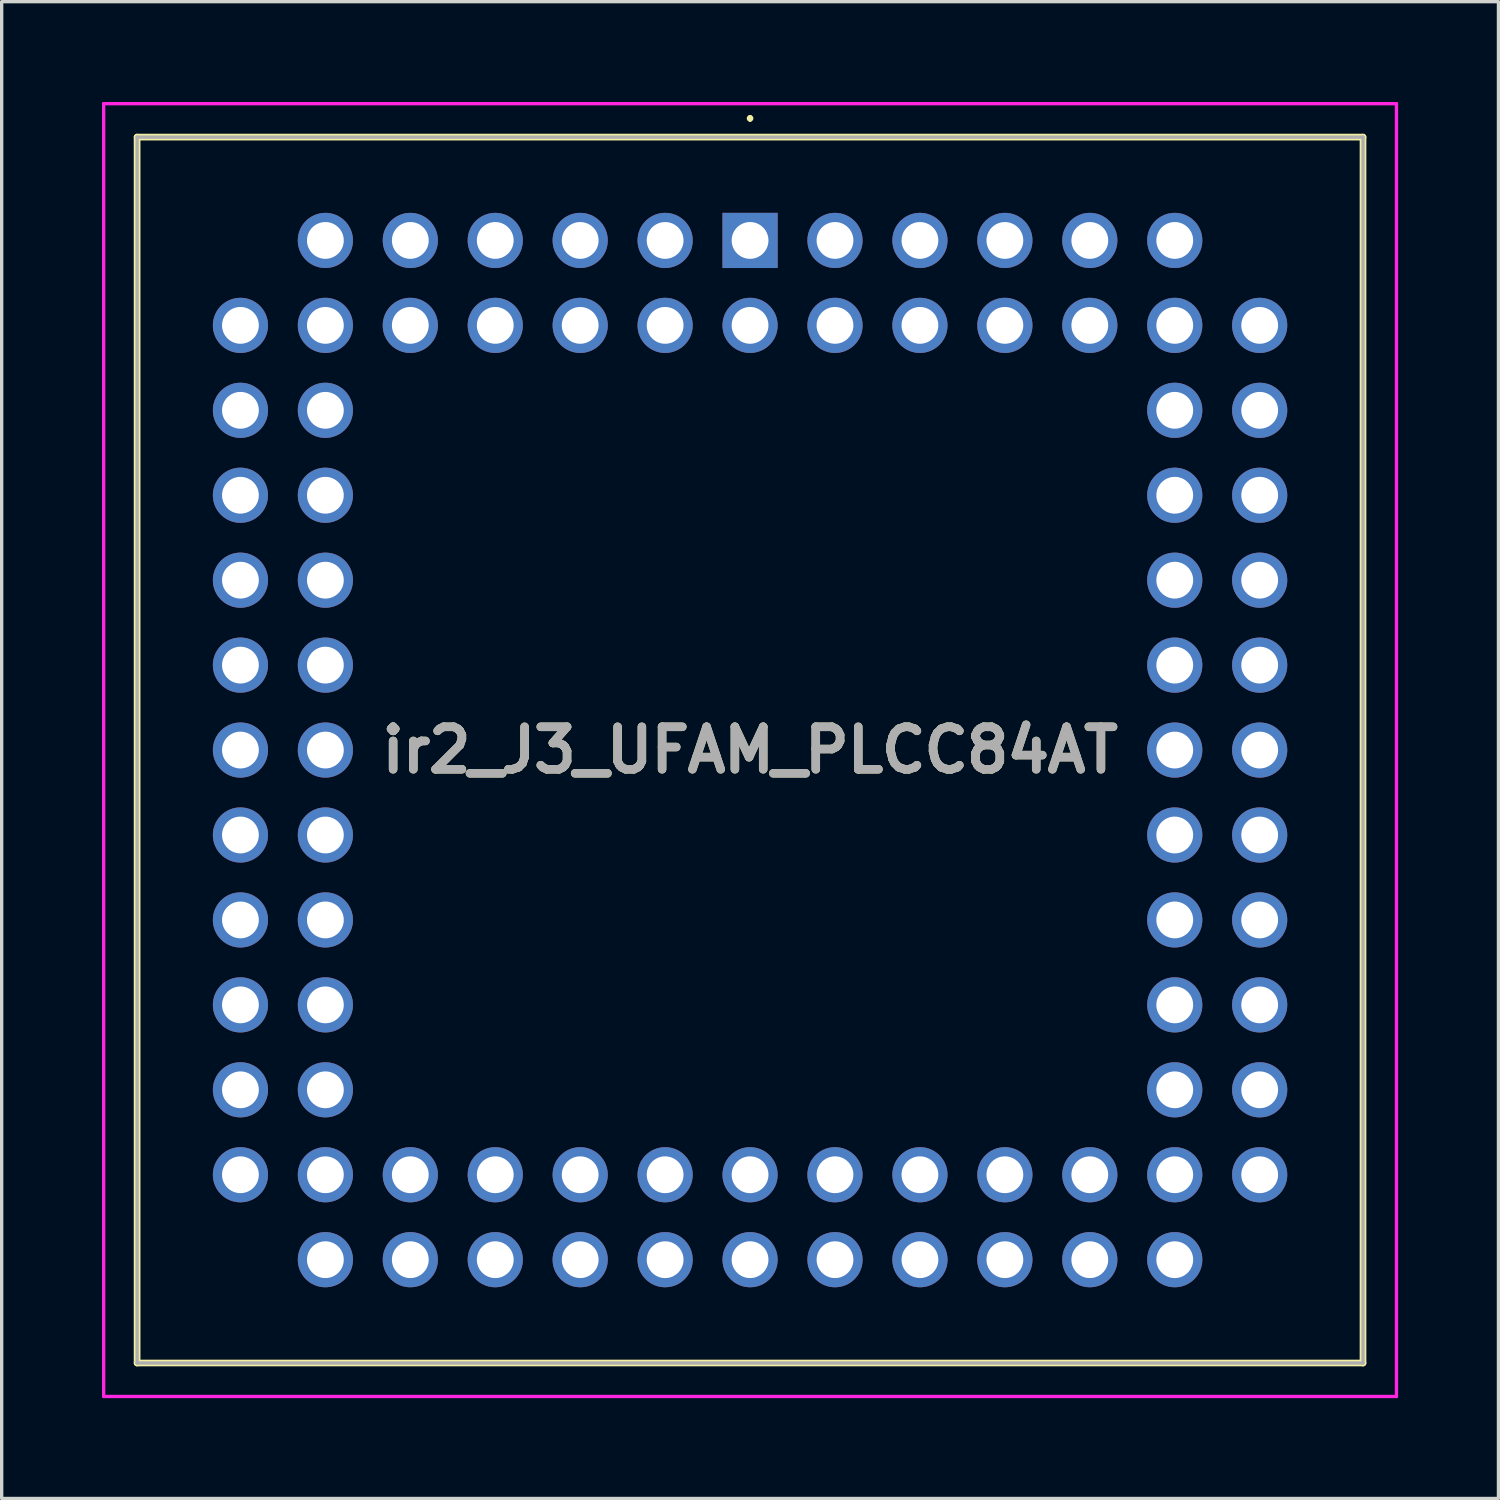
<source format=kicad_pcb>
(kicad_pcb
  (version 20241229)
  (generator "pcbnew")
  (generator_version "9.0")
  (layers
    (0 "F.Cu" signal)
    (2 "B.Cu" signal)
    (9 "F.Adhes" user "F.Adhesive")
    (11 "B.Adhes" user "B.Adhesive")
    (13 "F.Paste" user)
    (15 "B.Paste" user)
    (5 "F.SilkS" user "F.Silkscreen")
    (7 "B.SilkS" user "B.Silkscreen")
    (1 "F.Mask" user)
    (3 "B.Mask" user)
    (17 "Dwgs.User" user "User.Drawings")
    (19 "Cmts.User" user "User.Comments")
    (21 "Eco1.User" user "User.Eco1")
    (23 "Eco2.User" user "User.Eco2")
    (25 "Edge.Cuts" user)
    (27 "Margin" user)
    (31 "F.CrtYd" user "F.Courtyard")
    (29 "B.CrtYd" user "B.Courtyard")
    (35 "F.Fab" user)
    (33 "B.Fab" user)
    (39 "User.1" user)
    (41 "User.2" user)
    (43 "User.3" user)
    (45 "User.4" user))
  (footprint "ir2_J3_UFAM_PLCC84AT"
    (layer "F.Cu")
    (at 19.38 4.14)
    (property "Reference" "ir2_J3_UFAM_PLCC84AT" (at 0 15.24 0) (layer "F.SilkS") (effects (font (size 1.27 1.27) (thickness 0.254))))
    (attr through_hole)
    (fp_line (start -18.33 -3.09) (end 18.33 -3.09) (stroke (width 0.2) (type solid)) (layer "F.SilkS"))
    (fp_line (start -18.33 33.57) (end -18.33 -3.09) (stroke (width 0.2) (type solid)) (layer "F.SilkS"))
    (fp_line (start 0 -3.7) (end 0 -3.7) (stroke (width 0.1) (type solid)) (layer "F.SilkS"))
    (fp_line (start 0 -3.6) (end 0 -3.6) (stroke (width 0.1) (type solid)) (layer "F.SilkS"))
    (fp_line (start 18.33 -3.09) (end 18.33 33.57) (stroke (width 0.2) (type solid)) (layer "F.SilkS"))
    (fp_line (start 18.33 33.57) (end -18.33 33.57) (stroke (width 0.2) (type solid)) (layer "F.SilkS"))
    (fp_arc (start 0 -3.7) (mid 0.05 -3.65) (end 0 -3.6) (stroke (width 0.1) (type solid)) (layer "F.SilkS"))
    (fp_arc (start 0 -3.6) (mid -0.05 -3.65) (end 0 -3.7) (stroke (width 0.1) (type solid)) (layer "F.SilkS"))
    (fp_line (start -19.33 -4.09) (end 19.33 -4.09) (stroke (width 0.1) (type solid)) (layer "F.CrtYd"))
    (fp_line (start -19.33 34.57) (end -19.33 -4.09) (stroke (width 0.1) (type solid)) (layer "F.CrtYd"))
    (fp_line (start 19.33 -4.09) (end 19.33 34.57) (stroke (width 0.1) (type solid)) (layer "F.CrtYd"))
    (fp_line (start 19.33 34.57) (end -19.33 34.57) (stroke (width 0.1) (type solid)) (layer "F.CrtYd"))
    (fp_line (start -18.33 -3.09) (end 18.33 -3.09) (stroke (width 0.1) (type solid)) (layer "F.Fab"))
    (fp_line (start -18.33 33.57) (end -18.33 -3.09) (stroke (width 0.1) (type solid)) (layer "F.Fab"))
    (fp_line (start 18.33 -3.09) (end 18.33 33.57) (stroke (width 0.1) (type solid)) (layer "F.Fab"))
    (fp_line (start 18.33 33.57) (end -18.33 33.57) (stroke (width 0.1) (type solid)) (layer "F.Fab"))
    (fp_text user "${REFERENCE}" (at 0 15.24 0) (layer "F.Fab") (effects (font (size 1.27 1.27) (thickness 0.254))))
    (pad "1" thru_hole rect (at 0 0) (size 1.65 1.65) (drill 1.1) (layers "*.Cu" "*.Mask"))
    (pad "2" thru_hole circle (at 0 2.54) (size 1.65 1.65) (drill 1.1) (layers "*.Cu" "*.Mask"))
    (pad "3" thru_hole circle (at -2.54 0) (size 1.65 1.65) (drill 1.1) (layers "*.Cu" "*.Mask"))
    (pad "4" thru_hole circle (at -2.54 2.54) (size 1.65 1.65) (drill 1.1) (layers "*.Cu" "*.Mask"))
    (pad "5" thru_hole circle (at -5.08 0) (size 1.65 1.65) (drill 1.1) (layers "*.Cu" "*.Mask"))
    (pad "6" thru_hole circle (at -5.08 2.54) (size 1.65 1.65) (drill 1.1) (layers "*.Cu" "*.Mask"))
    (pad "7" thru_hole circle (at -7.62 0) (size 1.65 1.65) (drill 1.1) (layers "*.Cu" "*.Mask"))
    (pad "8" thru_hole circle (at -7.62 2.54) (size 1.65 1.65) (drill 1.1) (layers "*.Cu" "*.Mask"))
    (pad "9" thru_hole circle (at -10.16 0) (size 1.65 1.65) (drill 1.1) (layers "*.Cu" "*.Mask"))
    (pad "10" thru_hole circle (at -10.16 2.54) (size 1.65 1.65) (drill 1.1) (layers "*.Cu" "*.Mask"))
    (pad "11" thru_hole circle (at -12.7 0) (size 1.65 1.65) (drill 1.1) (layers "*.Cu" "*.Mask"))
    (pad "12" thru_hole circle (at -15.24 2.54) (size 1.65 1.65) (drill 1.1) (layers "*.Cu" "*.Mask"))
    (pad "13" thru_hole circle (at -12.7 2.54) (size 1.65 1.65) (drill 1.1) (layers "*.Cu" "*.Mask"))
    (pad "14" thru_hole circle (at -15.24 5.08) (size 1.65 1.65) (drill 1.1) (layers "*.Cu" "*.Mask"))
    (pad "15" thru_hole circle (at -12.7 5.08) (size 1.65 1.65) (drill 1.1) (layers "*.Cu" "*.Mask"))
    (pad "16" thru_hole circle (at -15.24 7.62) (size 1.65 1.65) (drill 1.1) (layers "*.Cu" "*.Mask"))
    (pad "17" thru_hole circle (at -12.7 7.62) (size 1.65 1.65) (drill 1.1) (layers "*.Cu" "*.Mask"))
    (pad "18" thru_hole circle (at -15.24 10.16) (size 1.65 1.65) (drill 1.1) (layers "*.Cu" "*.Mask"))
    (pad "19" thru_hole circle (at -12.7 10.16) (size 1.65 1.65) (drill 1.1) (layers "*.Cu" "*.Mask"))
    (pad "20" thru_hole circle (at -15.24 12.7) (size 1.65 1.65) (drill 1.1) (layers "*.Cu" "*.Mask"))
    (pad "21" thru_hole circle (at -12.7 12.7) (size 1.65 1.65) (drill 1.1) (layers "*.Cu" "*.Mask"))
    (pad "22" thru_hole circle (at -15.24 15.24) (size 1.65 1.65) (drill 1.1) (layers "*.Cu" "*.Mask"))
    (pad "23" thru_hole circle (at -12.7 15.24) (size 1.65 1.65) (drill 1.1) (layers "*.Cu" "*.Mask"))
    (pad "24" thru_hole circle (at -15.24 17.78) (size 1.65 1.65) (drill 1.1) (layers "*.Cu" "*.Mask"))
    (pad "25" thru_hole circle (at -12.7 17.78) (size 1.65 1.65) (drill 1.1) (layers "*.Cu" "*.Mask"))
    (pad "26" thru_hole circle (at -15.24 20.32) (size 1.65 1.65) (drill 1.1) (layers "*.Cu" "*.Mask"))
    (pad "27" thru_hole circle (at -12.7 20.32) (size 1.65 1.65) (drill 1.1) (layers "*.Cu" "*.Mask"))
    (pad "28" thru_hole circle (at -15.24 22.86) (size 1.65 1.65) (drill 1.1) (layers "*.Cu" "*.Mask"))
    (pad "29" thru_hole circle (at -12.7 22.86) (size 1.65 1.65) (drill 1.1) (layers "*.Cu" "*.Mask"))
    (pad "30" thru_hole circle (at -15.24 25.4) (size 1.65 1.65) (drill 1.1) (layers "*.Cu" "*.Mask"))
    (pad "31" thru_hole circle (at -12.7 25.4) (size 1.65 1.65) (drill 1.1) (layers "*.Cu" "*.Mask"))
    (pad "32" thru_hole circle (at -15.24 27.94) (size 1.65 1.65) (drill 1.1) (layers "*.Cu" "*.Mask"))
    (pad "33" thru_hole circle (at -12.7 30.48) (size 1.65 1.65) (drill 1.1) (layers "*.Cu" "*.Mask"))
    (pad "34" thru_hole circle (at -12.7 27.94) (size 1.65 1.65) (drill 1.1) (layers "*.Cu" "*.Mask"))
    (pad "35" thru_hole circle (at -10.16 30.48) (size 1.65 1.65) (drill 1.1) (layers "*.Cu" "*.Mask"))
    (pad "36" thru_hole circle (at -10.16 27.94) (size 1.65 1.65) (drill 1.1) (layers "*.Cu" "*.Mask"))
    (pad "37" thru_hole circle (at -7.62 30.48) (size 1.65 1.65) (drill 1.1) (layers "*.Cu" "*.Mask"))
    (pad "38" thru_hole circle (at -7.62 27.94) (size 1.65 1.65) (drill 1.1) (layers "*.Cu" "*.Mask"))
    (pad "39" thru_hole circle (at -5.08 30.48) (size 1.65 1.65) (drill 1.1) (layers "*.Cu" "*.Mask"))
    (pad "40" thru_hole circle (at -5.08 27.94) (size 1.65 1.65) (drill 1.1) (layers "*.Cu" "*.Mask"))
    (pad "41" thru_hole circle (at -2.54 30.48) (size 1.65 1.65) (drill 1.1) (layers "*.Cu" "*.Mask"))
    (pad "42" thru_hole circle (at -2.54 27.94) (size 1.65 1.65) (drill 1.1) (layers "*.Cu" "*.Mask"))
    (pad "43" thru_hole circle (at 0 30.48) (size 1.65 1.65) (drill 1.1) (layers "*.Cu" "*.Mask"))
    (pad "44" thru_hole circle (at 0 27.94) (size 1.65 1.65) (drill 1.1) (layers "*.Cu" "*.Mask"))
    (pad "45" thru_hole circle (at 2.54 30.48) (size 1.65 1.65) (drill 1.1) (layers "*.Cu" "*.Mask"))
    (pad "46" thru_hole circle (at 2.54 27.94) (size 1.65 1.65) (drill 1.1) (layers "*.Cu" "*.Mask"))
    (pad "47" thru_hole circle (at 5.08 30.48) (size 1.65 1.65) (drill 1.1) (layers "*.Cu" "*.Mask"))
    (pad "48" thru_hole circle (at 5.08 27.94) (size 1.65 1.65) (drill 1.1) (layers "*.Cu" "*.Mask"))
    (pad "49" thru_hole circle (at 7.62 30.48) (size 1.65 1.65) (drill 1.1) (layers "*.Cu" "*.Mask"))
    (pad "50" thru_hole circle (at 7.62 27.94) (size 1.65 1.65) (drill 1.1) (layers "*.Cu" "*.Mask"))
    (pad "51" thru_hole circle (at 10.16 30.48) (size 1.65 1.65) (drill 1.1) (layers "*.Cu" "*.Mask"))
    (pad "52" thru_hole circle (at 10.16 27.94) (size 1.65 1.65) (drill 1.1) (layers "*.Cu" "*.Mask"))
    (pad "53" thru_hole circle (at 12.7 30.48) (size 1.65 1.65) (drill 1.1) (layers "*.Cu" "*.Mask"))
    (pad "54" thru_hole circle (at 15.24 27.94) (size 1.65 1.65) (drill 1.1) (layers "*.Cu" "*.Mask"))
    (pad "55" thru_hole circle (at 12.7 27.94) (size 1.65 1.65) (drill 1.1) (layers "*.Cu" "*.Mask"))
    (pad "56" thru_hole circle (at 15.24 25.4) (size 1.65 1.65) (drill 1.1) (layers "*.Cu" "*.Mask"))
    (pad "57" thru_hole circle (at 12.7 25.4) (size 1.65 1.65) (drill 1.1) (layers "*.Cu" "*.Mask"))
    (pad "58" thru_hole circle (at 15.24 22.86) (size 1.65 1.65) (drill 1.1) (layers "*.Cu" "*.Mask"))
    (pad "59" thru_hole circle (at 12.7 22.86) (size 1.65 1.65) (drill 1.1) (layers "*.Cu" "*.Mask"))
    (pad "60" thru_hole circle (at 15.24 20.32) (size 1.65 1.65) (drill 1.1) (layers "*.Cu" "*.Mask"))
    (pad "61" thru_hole circle (at 12.7 20.32) (size 1.65 1.65) (drill 1.1) (layers "*.Cu" "*.Mask"))
    (pad "62" thru_hole circle (at 15.24 17.78) (size 1.65 1.65) (drill 1.1) (layers "*.Cu" "*.Mask"))
    (pad "63" thru_hole circle (at 12.7 17.78) (size 1.65 1.65) (drill 1.1) (layers "*.Cu" "*.Mask"))
    (pad "64" thru_hole circle (at 15.24 15.24) (size 1.65 1.65) (drill 1.1) (layers "*.Cu" "*.Mask"))
    (pad "65" thru_hole circle (at 12.7 15.24) (size 1.65 1.65) (drill 1.1) (layers "*.Cu" "*.Mask"))
    (pad "66" thru_hole circle (at 15.24 12.7) (size 1.65 1.65) (drill 1.1) (layers "*.Cu" "*.Mask"))
    (pad "67" thru_hole circle (at 12.7 12.7) (size 1.65 1.65) (drill 1.1) (layers "*.Cu" "*.Mask"))
    (pad "68" thru_hole circle (at 15.24 10.16) (size 1.65 1.65) (drill 1.1) (layers "*.Cu" "*.Mask"))
    (pad "69" thru_hole circle (at 12.7 10.16) (size 1.65 1.65) (drill 1.1) (layers "*.Cu" "*.Mask"))
    (pad "70" thru_hole circle (at 15.24 7.62) (size 1.65 1.65) (drill 1.1) (layers "*.Cu" "*.Mask"))
    (pad "71" thru_hole circle (at 12.7 7.62) (size 1.65 1.65) (drill 1.1) (layers "*.Cu" "*.Mask"))
    (pad "72" thru_hole circle (at 15.24 5.08) (size 1.65 1.65) (drill 1.1) (layers "*.Cu" "*.Mask"))
    (pad "73" thru_hole circle (at 12.7 5.08) (size 1.65 1.65) (drill 1.1) (layers "*.Cu" "*.Mask"))
    (pad "74" thru_hole circle (at 15.24 2.54) (size 1.65 1.65) (drill 1.1) (layers "*.Cu" "*.Mask"))
    (pad "75" thru_hole circle (at 12.7 0) (size 1.65 1.65) (drill 1.1) (layers "*.Cu" "*.Mask"))
    (pad "76" thru_hole circle (at 12.7 2.54) (size 1.65 1.65) (drill 1.1) (layers "*.Cu" "*.Mask"))
    (pad "77" thru_hole circle (at 10.16 0) (size 1.65 1.65) (drill 1.1) (layers "*.Cu" "*.Mask"))
    (pad "78" thru_hole circle (at 10.16 2.54) (size 1.65 1.65) (drill 1.1) (layers "*.Cu" "*.Mask"))
    (pad "79" thru_hole circle (at 7.62 0) (size 1.65 1.65) (drill 1.1) (layers "*.Cu" "*.Mask"))
    (pad "80" thru_hole circle (at 7.62 2.54) (size 1.65 1.65) (drill 1.1) (layers "*.Cu" "*.Mask"))
    (pad "81" thru_hole circle (at 5.08 0) (size 1.65 1.65) (drill 1.1) (layers "*.Cu" "*.Mask"))
    (pad "82" thru_hole circle (at 5.08 2.54) (size 1.65 1.65) (drill 1.1) (layers "*.Cu" "*.Mask"))
    (pad "83" thru_hole circle (at 2.54 0) (size 1.65 1.65) (drill 1.1) (layers "*.Cu" "*.Mask"))
    (pad "84" thru_hole circle (at 2.54 2.54) (size 1.65 1.65) (drill 1.1) (layers "*.Cu" "*.Mask")))
  (gr_rect
    (start -3 -3)
    (end 41.76 41.76)
    (stroke (width 0.1) (type default))
    (fill no)
    (layer "Edge.Cuts")))
</source>
